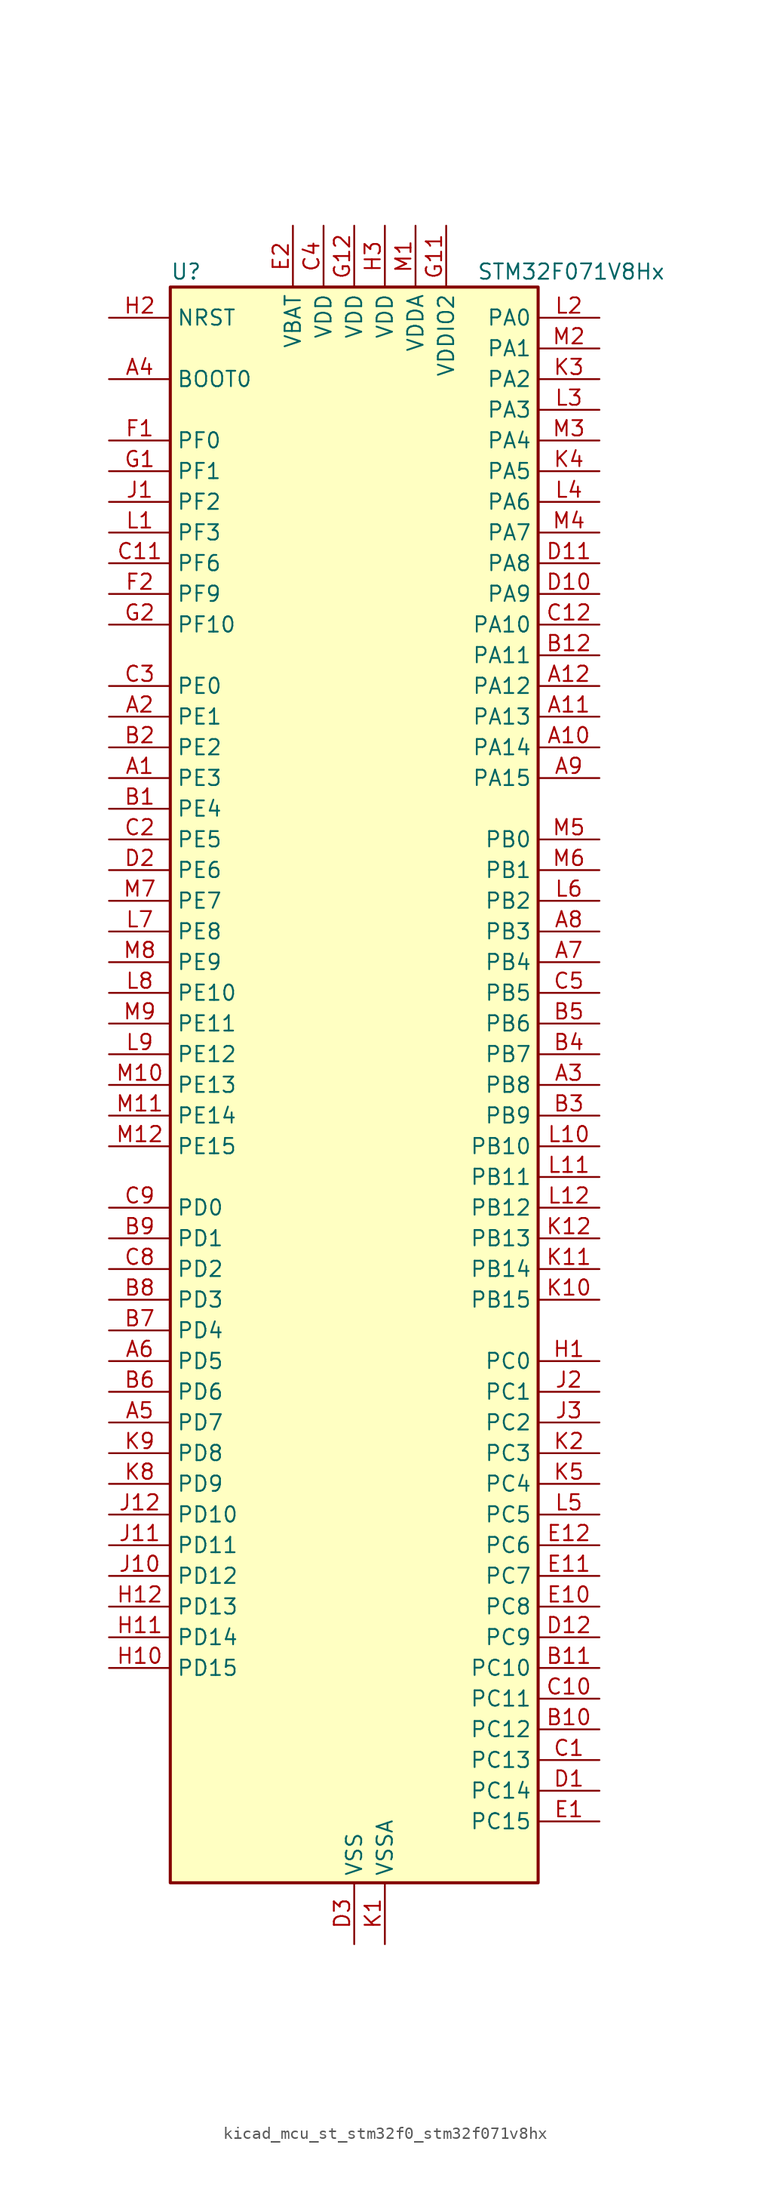
<source format=kicad_sym>
(kicad_symbol_lib
  (version 20220914)
  (generator kicad_symbol_editor)
  (symbol "kicad_mcu_st_stm32f0_stm32f071v8hx"
    (property "Reference" "U"
      (at -15.24 67.31 0)
      (effects (font (size 1.27 1.27)) (justify left)))
    (property "Value" "STM32F071V8Hx"
      (at 10.16 67.31 0)
      (effects (font (size 1.27 1.27)) (justify left)))
    (property "ki_locked" ""
      (at 0 0 0)
      (effects (font (size 1.27 1.27))))
    (symbol "kicad_mcu_st_stm32f0_stm32f071v8hx_0_1"
      (rectangle (start -15.24 -66.04) (end 15.24 66.04) (stroke (width 0.254) (type default)) (fill (type background))))
    (symbol "kicad_mcu_st_stm32f0_stm32f071v8hx_1_1"
      (pin bidirectional line (at -20.32 25.4 0) (length 5.08) (name "PE3" (effects (font (size 1.27 1.27)))) (number "A1" (effects (font (size 1.27 1.27)))) (alternate "TIM3_CH1" bidirectional line) (alternate "TSC_G7_IO2" bidirectional line))
      (pin bidirectional line (at 20.32 27.94 180) (length 5.08) (name "PA14" (effects (font (size 1.27 1.27)))) (number "A10" (effects (font (size 1.27 1.27)))) (alternate "SYS_SWCLK" bidirectional line) (alternate "USART2_TX" bidirectional line))
      (pin bidirectional line (at 20.32 30.48 180) (length 5.08) (name "PA13" (effects (font (size 1.27 1.27)))) (number "A11" (effects (font (size 1.27 1.27)))) (alternate "IR_OUT" bidirectional line) (alternate "SYS_SWDIO" bidirectional line))
      (pin bidirectional line (at 20.32 33.02 180) (length 5.08) (name "PA12" (effects (font (size 1.27 1.27)))) (number "A12" (effects (font (size 1.27 1.27)))) (alternate "COMP2_OUT" bidirectional line) (alternate "TIM1_ETR" bidirectional line) (alternate "TSC_G4_IO4" bidirectional line) (alternate "USART1_DE" bidirectional line) (alternate "USART1_RTS" bidirectional line))
      (pin bidirectional line (at -20.32 30.48 0) (length 5.08) (name "PE1" (effects (font (size 1.27 1.27)))) (number "A2" (effects (font (size 1.27 1.27)))) (alternate "TIM17_CH1" bidirectional line))
      (pin bidirectional line (at 20.32 0 180) (length 5.08) (name "PB8" (effects (font (size 1.27 1.27)))) (number "A3" (effects (font (size 1.27 1.27)))) (alternate "CEC" bidirectional line) (alternate "I2C1_SCL" bidirectional line) (alternate "TIM16_CH1" bidirectional line) (alternate "TSC_SYNC" bidirectional line))
      (pin input line (at -20.32 58.42 0) (length 5.08) (name "BOOT0" (effects (font (size 1.27 1.27)))) (number "A4" (effects (font (size 1.27 1.27)))))
      (pin bidirectional line (at -20.32 -27.94 0) (length 5.08) (name "PD7" (effects (font (size 1.27 1.27)))) (number "A5" (effects (font (size 1.27 1.27)))) (alternate "USART2_CK" bidirectional line))
      (pin bidirectional line (at -20.32 -22.86 0) (length 5.08) (name "PD5" (effects (font (size 1.27 1.27)))) (number "A6" (effects (font (size 1.27 1.27)))) (alternate "USART2_TX" bidirectional line))
      (pin bidirectional line (at 20.32 10.16 180) (length 5.08) (name "PB4" (effects (font (size 1.27 1.27)))) (number "A7" (effects (font (size 1.27 1.27)))) (alternate "I2S1_MCK" bidirectional line) (alternate "SPI1_MISO" bidirectional line) (alternate "TIM17_BKIN" bidirectional line) (alternate "TIM3_CH1" bidirectional line) (alternate "TSC_G5_IO2" bidirectional line))
      (pin bidirectional line (at 20.32 12.7 180) (length 5.08) (name "PB3" (effects (font (size 1.27 1.27)))) (number "A8" (effects (font (size 1.27 1.27)))) (alternate "I2S1_CK" bidirectional line) (alternate "SPI1_SCK" bidirectional line) (alternate "TIM2_CH2" bidirectional line) (alternate "TSC_G5_IO1" bidirectional line))
      (pin bidirectional line (at 20.32 25.4 180) (length 5.08) (name "PA15" (effects (font (size 1.27 1.27)))) (number "A9" (effects (font (size 1.27 1.27)))) (alternate "I2S1_WS" bidirectional line) (alternate "SPI1_NSS" bidirectional line) (alternate "TIM2_CH1" bidirectional line) (alternate "TIM2_ETR" bidirectional line) (alternate "USART2_RX" bidirectional line) (alternate "USART4_DE" bidirectional line) (alternate "USART4_RTS" bidirectional line))
      (pin bidirectional line (at -20.32 22.86 0) (length 5.08) (name "PE4" (effects (font (size 1.27 1.27)))) (number "B1" (effects (font (size 1.27 1.27)))) (alternate "TIM3_CH2" bidirectional line) (alternate "TSC_G7_IO3" bidirectional line))
      (pin bidirectional line (at 20.32 -53.34 180) (length 5.08) (name "PC12" (effects (font (size 1.27 1.27)))) (number "B10" (effects (font (size 1.27 1.27)))) (alternate "USART3_CK" bidirectional line) (alternate "USART4_CK" bidirectional line))
      (pin bidirectional line (at 20.32 -48.26 180) (length 5.08) (name "PC10" (effects (font (size 1.27 1.27)))) (number "B11" (effects (font (size 1.27 1.27)))) (alternate "USART3_TX" bidirectional line) (alternate "USART4_TX" bidirectional line))
      (pin bidirectional line (at 20.32 35.56 180) (length 5.08) (name "PA11" (effects (font (size 1.27 1.27)))) (number "B12" (effects (font (size 1.27 1.27)))) (alternate "COMP1_OUT" bidirectional line) (alternate "TIM1_CH4" bidirectional line) (alternate "TSC_G4_IO3" bidirectional line) (alternate "USART1_CTS" bidirectional line))
      (pin bidirectional line (at -20.32 27.94 0) (length 5.08) (name "PE2" (effects (font (size 1.27 1.27)))) (number "B2" (effects (font (size 1.27 1.27)))) (alternate "TIM3_ETR" bidirectional line) (alternate "TSC_G7_IO1" bidirectional line))
      (pin bidirectional line (at 20.32 -2.54 180) (length 5.08) (name "PB9" (effects (font (size 1.27 1.27)))) (number "B3" (effects (font (size 1.27 1.27)))) (alternate "DAC_EXTI9" bidirectional line) (alternate "I2C1_SDA" bidirectional line) (alternate "I2S2_WS" bidirectional line) (alternate "IR_OUT" bidirectional line) (alternate "SPI2_NSS" bidirectional line) (alternate "TIM17_CH1" bidirectional line))
      (pin bidirectional line (at 20.32 2.54 180) (length 5.08) (name "PB7" (effects (font (size 1.27 1.27)))) (number "B4" (effects (font (size 1.27 1.27)))) (alternate "I2C1_SDA" bidirectional line) (alternate "TIM17_CH1N" bidirectional line) (alternate "TSC_G5_IO4" bidirectional line) (alternate "USART1_RX" bidirectional line) (alternate "USART4_CTS" bidirectional line))
      (pin bidirectional line (at 20.32 5.08 180) (length 5.08) (name "PB6" (effects (font (size 1.27 1.27)))) (number "B5" (effects (font (size 1.27 1.27)))) (alternate "I2C1_SCL" bidirectional line) (alternate "TIM16_CH1N" bidirectional line) (alternate "TSC_G5_IO3" bidirectional line) (alternate "USART1_TX" bidirectional line))
      (pin bidirectional line (at -20.32 -25.4 0) (length 5.08) (name "PD6" (effects (font (size 1.27 1.27)))) (number "B6" (effects (font (size 1.27 1.27)))) (alternate "USART2_RX" bidirectional line))
      (pin bidirectional line (at -20.32 -20.32 0) (length 5.08) (name "PD4" (effects (font (size 1.27 1.27)))) (number "B7" (effects (font (size 1.27 1.27)))) (alternate "I2S2_SD" bidirectional line) (alternate "SPI2_MOSI" bidirectional line) (alternate "USART2_DE" bidirectional line) (alternate "USART2_RTS" bidirectional line))
      (pin bidirectional line (at -20.32 -17.78 0) (length 5.08) (name "PD3" (effects (font (size 1.27 1.27)))) (number "B8" (effects (font (size 1.27 1.27)))) (alternate "I2S2_MCK" bidirectional line) (alternate "SPI2_MISO" bidirectional line) (alternate "USART2_CTS" bidirectional line))
      (pin bidirectional line (at -20.32 -12.7 0) (length 5.08) (name "PD1" (effects (font (size 1.27 1.27)))) (number "B9" (effects (font (size 1.27 1.27)))) (alternate "I2S2_CK" bidirectional line) (alternate "SPI2_SCK" bidirectional line))
      (pin bidirectional line (at 20.32 -55.88 180) (length 5.08) (name "PC13" (effects (font (size 1.27 1.27)))) (number "C1" (effects (font (size 1.27 1.27)))) (alternate "RTC_OUT_ALARM" bidirectional line) (alternate "RTC_OUT_CALIB" bidirectional line) (alternate "RTC_TAMP1" bidirectional line) (alternate "RTC_TS" bidirectional line) (alternate "SYS_WKUP2" bidirectional line))
      (pin bidirectional line (at 20.32 -50.8 180) (length 5.08) (name "PC11" (effects (font (size 1.27 1.27)))) (number "C10" (effects (font (size 1.27 1.27)))) (alternate "USART3_RX" bidirectional line) (alternate "USART4_RX" bidirectional line))
      (pin bidirectional line (at -20.32 43.18 0) (length 5.08) (name "PF6" (effects (font (size 1.27 1.27)))) (number "C11" (effects (font (size 1.27 1.27)))))
      (pin bidirectional line (at 20.32 38.1 180) (length 5.08) (name "PA10" (effects (font (size 1.27 1.27)))) (number "C12" (effects (font (size 1.27 1.27)))) (alternate "TIM17_BKIN" bidirectional line) (alternate "TIM1_CH3" bidirectional line) (alternate "TSC_G4_IO2" bidirectional line) (alternate "USART1_RX" bidirectional line))
      (pin bidirectional line (at -20.32 20.32 0) (length 5.08) (name "PE5" (effects (font (size 1.27 1.27)))) (number "C2" (effects (font (size 1.27 1.27)))) (alternate "TIM3_CH3" bidirectional line) (alternate "TSC_G7_IO4" bidirectional line))
      (pin bidirectional line (at -20.32 33.02 0) (length 5.08) (name "PE0" (effects (font (size 1.27 1.27)))) (number "C3" (effects (font (size 1.27 1.27)))) (alternate "TIM16_CH1" bidirectional line))
      (pin power_in line (at -2.54 71.12 270) (length 5.08) (name "VDD" (effects (font (size 1.27 1.27)))) (number "C4" (effects (font (size 1.27 1.27)))))
      (pin bidirectional line (at 20.32 7.62 180) (length 5.08) (name "PB5" (effects (font (size 1.27 1.27)))) (number "C5" (effects (font (size 1.27 1.27)))) (alternate "I2C1_SMBA" bidirectional line) (alternate "I2S1_SD" bidirectional line) (alternate "SPI1_MOSI" bidirectional line) (alternate "SYS_WKUP6" bidirectional line) (alternate "TIM16_BKIN" bidirectional line) (alternate "TIM3_CH2" bidirectional line))
      (pin bidirectional line (at -20.32 -15.24 0) (length 5.08) (name "PD2" (effects (font (size 1.27 1.27)))) (number "C8" (effects (font (size 1.27 1.27)))) (alternate "TIM3_ETR" bidirectional line) (alternate "USART3_DE" bidirectional line) (alternate "USART3_RTS" bidirectional line))
      (pin bidirectional line (at -20.32 -10.16 0) (length 5.08) (name "PD0" (effects (font (size 1.27 1.27)))) (number "C9" (effects (font (size 1.27 1.27)))) (alternate "I2S2_WS" bidirectional line) (alternate "SPI2_NSS" bidirectional line))
      (pin bidirectional line (at 20.32 -58.42 180) (length 5.08) (name "PC14" (effects (font (size 1.27 1.27)))) (number "D1" (effects (font (size 1.27 1.27)))) (alternate "RCC_OSC32_IN" bidirectional line))
      (pin bidirectional line (at 20.32 40.64 180) (length 5.08) (name "PA9" (effects (font (size 1.27 1.27)))) (number "D10" (effects (font (size 1.27 1.27)))) (alternate "DAC_EXTI9" bidirectional line) (alternate "TIM15_BKIN" bidirectional line) (alternate "TIM1_CH2" bidirectional line) (alternate "TSC_G4_IO1" bidirectional line) (alternate "USART1_TX" bidirectional line))
      (pin bidirectional line (at 20.32 43.18 180) (length 5.08) (name "PA8" (effects (font (size 1.27 1.27)))) (number "D11" (effects (font (size 1.27 1.27)))) (alternate "CRS_SYNC" bidirectional line) (alternate "RCC_MCO" bidirectional line) (alternate "TIM1_CH1" bidirectional line) (alternate "USART1_CK" bidirectional line))
      (pin bidirectional line (at 20.32 -45.72 180) (length 5.08) (name "PC9" (effects (font (size 1.27 1.27)))) (number "D12" (effects (font (size 1.27 1.27)))) (alternate "DAC_EXTI9" bidirectional line) (alternate "TIM3_CH4" bidirectional line))
      (pin bidirectional line (at -20.32 17.78 0) (length 5.08) (name "PE6" (effects (font (size 1.27 1.27)))) (number "D2" (effects (font (size 1.27 1.27)))) (alternate "RTC_TAMP3" bidirectional line) (alternate "SYS_WKUP3" bidirectional line) (alternate "TIM3_CH4" bidirectional line))
      (pin power_in line (at 0 -71.12 90) (length 5.08) (name "VSS" (effects (font (size 1.27 1.27)))) (number "D3" (effects (font (size 1.27 1.27)))))
      (pin bidirectional line (at 20.32 -60.96 180) (length 5.08) (name "PC15" (effects (font (size 1.27 1.27)))) (number "E1" (effects (font (size 1.27 1.27)))) (alternate "RCC_OSC32_OUT" bidirectional line))
      (pin bidirectional line (at 20.32 -43.18 180) (length 5.08) (name "PC8" (effects (font (size 1.27 1.27)))) (number "E10" (effects (font (size 1.27 1.27)))) (alternate "TIM3_CH3" bidirectional line))
      (pin bidirectional line (at 20.32 -40.64 180) (length 5.08) (name "PC7" (effects (font (size 1.27 1.27)))) (number "E11" (effects (font (size 1.27 1.27)))) (alternate "TIM3_CH2" bidirectional line))
      (pin bidirectional line (at 20.32 -38.1 180) (length 5.08) (name "PC6" (effects (font (size 1.27 1.27)))) (number "E12" (effects (font (size 1.27 1.27)))) (alternate "TIM3_CH1" bidirectional line))
      (pin power_in line (at -5.08 71.12 270) (length 5.08) (name "VBAT" (effects (font (size 1.27 1.27)))) (number "E2" (effects (font (size 1.27 1.27)))))
      (pin no_connect line (at -15.24 -66.04 0) (length 5.08) hide (name "NC" (effects (font (size 1.27 1.27)))) (number "E3" (effects (font (size 1.27 1.27)))))
      (pin bidirectional line (at -20.32 53.34 0) (length 5.08) (name "PF0" (effects (font (size 1.27 1.27)))) (number "F1" (effects (font (size 1.27 1.27)))) (alternate "CRS_SYNC" bidirectional line) (alternate "RCC_OSC_IN" bidirectional line))
      (pin passive line (at 0 -71.12 90) (length 5.08) hide (name "VSS" (effects (font (size 1.27 1.27)))) (number "F11" (effects (font (size 1.27 1.27)))))
      (pin passive line (at 0 -71.12 90) (length 5.08) hide (name "VSS" (effects (font (size 1.27 1.27)))) (number "F12" (effects (font (size 1.27 1.27)))))
      (pin bidirectional line (at -20.32 40.64 0) (length 5.08) (name "PF9" (effects (font (size 1.27 1.27)))) (number "F2" (effects (font (size 1.27 1.27)))) (alternate "DAC_EXTI9" bidirectional line) (alternate "TIM15_CH1" bidirectional line))
      (pin bidirectional line (at -20.32 50.8 0) (length 5.08) (name "PF1" (effects (font (size 1.27 1.27)))) (number "G1" (effects (font (size 1.27 1.27)))) (alternate "RCC_OSC_OUT" bidirectional line))
      (pin power_in line (at 7.62 71.12 270) (length 5.08) (name "VDDIO2" (effects (font (size 1.27 1.27)))) (number "G11" (effects (font (size 1.27 1.27)))))
      (pin power_in line (at 0 71.12 270) (length 5.08) (name "VDD" (effects (font (size 1.27 1.27)))) (number "G12" (effects (font (size 1.27 1.27)))))
      (pin bidirectional line (at -20.32 38.1 0) (length 5.08) (name "PF10" (effects (font (size 1.27 1.27)))) (number "G2" (effects (font (size 1.27 1.27)))) (alternate "TIM15_CH2" bidirectional line))
      (pin bidirectional line (at 20.32 -22.86 180) (length 5.08) (name "PC0" (effects (font (size 1.27 1.27)))) (number "H1" (effects (font (size 1.27 1.27)))) (alternate "ADC_IN10" bidirectional line))
      (pin bidirectional line (at -20.32 -48.26 0) (length 5.08) (name "PD15" (effects (font (size 1.27 1.27)))) (number "H10" (effects (font (size 1.27 1.27)))) (alternate "CRS_SYNC" bidirectional line) (alternate "TSC_G8_IO4" bidirectional line))
      (pin bidirectional line (at -20.32 -45.72 0) (length 5.08) (name "PD14" (effects (font (size 1.27 1.27)))) (number "H11" (effects (font (size 1.27 1.27)))) (alternate "TSC_G8_IO3" bidirectional line))
      (pin bidirectional line (at -20.32 -43.18 0) (length 5.08) (name "PD13" (effects (font (size 1.27 1.27)))) (number "H12" (effects (font (size 1.27 1.27)))) (alternate "TSC_G8_IO2" bidirectional line))
      (pin input line (at -20.32 63.5 0) (length 5.08) (name "NRST" (effects (font (size 1.27 1.27)))) (number "H2" (effects (font (size 1.27 1.27)))))
      (pin power_in line (at 2.54 71.12 270) (length 5.08) (name "VDD" (effects (font (size 1.27 1.27)))) (number "H3" (effects (font (size 1.27 1.27)))))
      (pin bidirectional line (at -20.32 48.26 0) (length 5.08) (name "PF2" (effects (font (size 1.27 1.27)))) (number "J1" (effects (font (size 1.27 1.27)))) (alternate "SYS_WKUP8" bidirectional line))
      (pin bidirectional line (at -20.32 -40.64 0) (length 5.08) (name "PD12" (effects (font (size 1.27 1.27)))) (number "J10" (effects (font (size 1.27 1.27)))) (alternate "TSC_G8_IO1" bidirectional line) (alternate "USART3_DE" bidirectional line) (alternate "USART3_RTS" bidirectional line))
      (pin bidirectional line (at -20.32 -38.1 0) (length 5.08) (name "PD11" (effects (font (size 1.27 1.27)))) (number "J11" (effects (font (size 1.27 1.27)))) (alternate "USART3_CTS" bidirectional line))
      (pin bidirectional line (at -20.32 -35.56 0) (length 5.08) (name "PD10" (effects (font (size 1.27 1.27)))) (number "J12" (effects (font (size 1.27 1.27)))) (alternate "USART3_CK" bidirectional line))
      (pin bidirectional line (at 20.32 -25.4 180) (length 5.08) (name "PC1" (effects (font (size 1.27 1.27)))) (number "J2" (effects (font (size 1.27 1.27)))) (alternate "ADC_IN11" bidirectional line))
      (pin bidirectional line (at 20.32 -27.94 180) (length 5.08) (name "PC2" (effects (font (size 1.27 1.27)))) (number "J3" (effects (font (size 1.27 1.27)))) (alternate "ADC_IN12" bidirectional line) (alternate "I2S2_MCK" bidirectional line) (alternate "SPI2_MISO" bidirectional line))
      (pin power_in line (at 2.54 -71.12 90) (length 5.08) (name "VSSA" (effects (font (size 1.27 1.27)))) (number "K1" (effects (font (size 1.27 1.27)))))
      (pin bidirectional line (at 20.32 -17.78 180) (length 5.08) (name "PB15" (effects (font (size 1.27 1.27)))) (number "K10" (effects (font (size 1.27 1.27)))) (alternate "I2S2_SD" bidirectional line) (alternate "RTC_REFIN" bidirectional line) (alternate "SPI2_MOSI" bidirectional line) (alternate "SYS_WKUP7" bidirectional line) (alternate "TIM15_CH1N" bidirectional line) (alternate "TIM15_CH2" bidirectional line) (alternate "TIM1_CH3N" bidirectional line))
      (pin bidirectional line (at 20.32 -15.24 180) (length 5.08) (name "PB14" (effects (font (size 1.27 1.27)))) (number "K11" (effects (font (size 1.27 1.27)))) (alternate "I2C2_SDA" bidirectional line) (alternate "I2S2_MCK" bidirectional line) (alternate "SPI2_MISO" bidirectional line) (alternate "TIM15_CH1" bidirectional line) (alternate "TIM1_CH2N" bidirectional line) (alternate "TSC_G6_IO4" bidirectional line) (alternate "USART3_DE" bidirectional line) (alternate "USART3_RTS" bidirectional line))
      (pin bidirectional line (at 20.32 -12.7 180) (length 5.08) (name "PB13" (effects (font (size 1.27 1.27)))) (number "K12" (effects (font (size 1.27 1.27)))) (alternate "I2C2_SCL" bidirectional line) (alternate "I2S2_CK" bidirectional line) (alternate "SPI2_SCK" bidirectional line) (alternate "TIM1_CH1N" bidirectional line) (alternate "TSC_G6_IO3" bidirectional line) (alternate "USART3_CTS" bidirectional line))
      (pin bidirectional line (at 20.32 -30.48 180) (length 5.08) (name "PC3" (effects (font (size 1.27 1.27)))) (number "K2" (effects (font (size 1.27 1.27)))) (alternate "ADC_IN13" bidirectional line) (alternate "I2S2_SD" bidirectional line) (alternate "SPI2_MOSI" bidirectional line))
      (pin bidirectional line (at 20.32 58.42 180) (length 5.08) (name "PA2" (effects (font (size 1.27 1.27)))) (number "K3" (effects (font (size 1.27 1.27)))) (alternate "ADC_IN2" bidirectional line) (alternate "COMP2_INM" bidirectional line) (alternate "COMP2_OUT" bidirectional line) (alternate "SYS_WKUP4" bidirectional line) (alternate "TIM15_CH1" bidirectional line) (alternate "TIM2_CH3" bidirectional line) (alternate "TSC_G1_IO3" bidirectional line) (alternate "USART2_TX" bidirectional line))
      (pin bidirectional line (at 20.32 50.8 180) (length 5.08) (name "PA5" (effects (font (size 1.27 1.27)))) (number "K4" (effects (font (size 1.27 1.27)))) (alternate "ADC_IN5" bidirectional line) (alternate "CEC" bidirectional line) (alternate "COMP1_INM" bidirectional line) (alternate "COMP2_INM" bidirectional line) (alternate "DAC_OUT2" bidirectional line) (alternate "I2S1_CK" bidirectional line) (alternate "SPI1_SCK" bidirectional line) (alternate "TIM2_CH1" bidirectional line) (alternate "TIM2_ETR" bidirectional line) (alternate "TSC_G2_IO2" bidirectional line))
      (pin bidirectional line (at 20.32 -33.02 180) (length 5.08) (name "PC4" (effects (font (size 1.27 1.27)))) (number "K5" (effects (font (size 1.27 1.27)))) (alternate "ADC_IN14" bidirectional line) (alternate "USART3_TX" bidirectional line))
      (pin bidirectional line (at -20.32 -33.02 0) (length 5.08) (name "PD9" (effects (font (size 1.27 1.27)))) (number "K8" (effects (font (size 1.27 1.27)))) (alternate "DAC_EXTI9" bidirectional line) (alternate "USART3_RX" bidirectional line))
      (pin bidirectional line (at -20.32 -30.48 0) (length 5.08) (name "PD8" (effects (font (size 1.27 1.27)))) (number "K9" (effects (font (size 1.27 1.27)))) (alternate "USART3_TX" bidirectional line))
      (pin bidirectional line (at -20.32 45.72 0) (length 5.08) (name "PF3" (effects (font (size 1.27 1.27)))) (number "L1" (effects (font (size 1.27 1.27)))))
      (pin bidirectional line (at 20.32 -5.08 180) (length 5.08) (name "PB10" (effects (font (size 1.27 1.27)))) (number "L10" (effects (font (size 1.27 1.27)))) (alternate "CEC" bidirectional line) (alternate "I2C2_SCL" bidirectional line) (alternate "I2S2_CK" bidirectional line) (alternate "SPI2_SCK" bidirectional line) (alternate "TIM2_CH3" bidirectional line) (alternate "TSC_SYNC" bidirectional line) (alternate "USART3_TX" bidirectional line))
      (pin bidirectional line (at 20.32 -7.62 180) (length 5.08) (name "PB11" (effects (font (size 1.27 1.27)))) (number "L11" (effects (font (size 1.27 1.27)))) (alternate "I2C2_SDA" bidirectional line) (alternate "TIM2_CH4" bidirectional line) (alternate "TSC_G6_IO1" bidirectional line) (alternate "USART3_RX" bidirectional line))
      (pin bidirectional line (at 20.32 -10.16 180) (length 5.08) (name "PB12" (effects (font (size 1.27 1.27)))) (number "L12" (effects (font (size 1.27 1.27)))) (alternate "I2S2_WS" bidirectional line) (alternate "SPI2_NSS" bidirectional line) (alternate "TIM15_BKIN" bidirectional line) (alternate "TIM1_BKIN" bidirectional line) (alternate "TSC_G6_IO2" bidirectional line) (alternate "USART3_CK" bidirectional line))
      (pin bidirectional line (at 20.32 63.5 180) (length 5.08) (name "PA0" (effects (font (size 1.27 1.27)))) (number "L2" (effects (font (size 1.27 1.27)))) (alternate "ADC_IN0" bidirectional line) (alternate "COMP1_INM" bidirectional line) (alternate "COMP1_OUT" bidirectional line) (alternate "RTC_TAMP2" bidirectional line) (alternate "SYS_WKUP1" bidirectional line) (alternate "TIM2_CH1" bidirectional line) (alternate "TIM2_ETR" bidirectional line) (alternate "TSC_G1_IO1" bidirectional line) (alternate "USART2_CTS" bidirectional line) (alternate "USART4_TX" bidirectional line))
      (pin bidirectional line (at 20.32 55.88 180) (length 5.08) (name "PA3" (effects (font (size 1.27 1.27)))) (number "L3" (effects (font (size 1.27 1.27)))) (alternate "ADC_IN3" bidirectional line) (alternate "COMP2_INP" bidirectional line) (alternate "TIM15_CH2" bidirectional line) (alternate "TIM2_CH4" bidirectional line) (alternate "TSC_G1_IO4" bidirectional line) (alternate "USART2_RX" bidirectional line))
      (pin bidirectional line (at 20.32 48.26 180) (length 5.08) (name "PA6" (effects (font (size 1.27 1.27)))) (number "L4" (effects (font (size 1.27 1.27)))) (alternate "ADC_IN6" bidirectional line) (alternate "COMP1_OUT" bidirectional line) (alternate "I2S1_MCK" bidirectional line) (alternate "SPI1_MISO" bidirectional line) (alternate "TIM16_CH1" bidirectional line) (alternate "TIM1_BKIN" bidirectional line) (alternate "TIM3_CH1" bidirectional line) (alternate "TSC_G2_IO3" bidirectional line) (alternate "USART3_CTS" bidirectional line))
      (pin bidirectional line (at 20.32 -35.56 180) (length 5.08) (name "PC5" (effects (font (size 1.27 1.27)))) (number "L5" (effects (font (size 1.27 1.27)))) (alternate "ADC_IN15" bidirectional line) (alternate "SYS_WKUP5" bidirectional line) (alternate "TSC_G3_IO1" bidirectional line) (alternate "USART3_RX" bidirectional line))
      (pin bidirectional line (at 20.32 15.24 180) (length 5.08) (name "PB2" (effects (font (size 1.27 1.27)))) (number "L6" (effects (font (size 1.27 1.27)))) (alternate "TSC_G3_IO4" bidirectional line))
      (pin bidirectional line (at -20.32 12.7 0) (length 5.08) (name "PE8" (effects (font (size 1.27 1.27)))) (number "L7" (effects (font (size 1.27 1.27)))) (alternate "TIM1_CH1N" bidirectional line))
      (pin bidirectional line (at -20.32 7.62 0) (length 5.08) (name "PE10" (effects (font (size 1.27 1.27)))) (number "L8" (effects (font (size 1.27 1.27)))) (alternate "TIM1_CH2N" bidirectional line))
      (pin bidirectional line (at -20.32 2.54 0) (length 5.08) (name "PE12" (effects (font (size 1.27 1.27)))) (number "L9" (effects (font (size 1.27 1.27)))) (alternate "I2S1_WS" bidirectional line) (alternate "SPI1_NSS" bidirectional line) (alternate "TIM1_CH3N" bidirectional line))
      (pin power_in line (at 5.08 71.12 270) (length 5.08) (name "VDDA" (effects (font (size 1.27 1.27)))) (number "M1" (effects (font (size 1.27 1.27)))))
      (pin bidirectional line (at -20.32 0 0) (length 5.08) (name "PE13" (effects (font (size 1.27 1.27)))) (number "M10" (effects (font (size 1.27 1.27)))) (alternate "I2S1_CK" bidirectional line) (alternate "SPI1_SCK" bidirectional line) (alternate "TIM1_CH3" bidirectional line))
      (pin bidirectional line (at -20.32 -2.54 0) (length 5.08) (name "PE14" (effects (font (size 1.27 1.27)))) (number "M11" (effects (font (size 1.27 1.27)))) (alternate "I2S1_MCK" bidirectional line) (alternate "SPI1_MISO" bidirectional line) (alternate "TIM1_CH4" bidirectional line))
      (pin bidirectional line (at -20.32 -5.08 0) (length 5.08) (name "PE15" (effects (font (size 1.27 1.27)))) (number "M12" (effects (font (size 1.27 1.27)))) (alternate "I2S1_SD" bidirectional line) (alternate "SPI1_MOSI" bidirectional line) (alternate "TIM1_BKIN" bidirectional line))
      (pin bidirectional line (at 20.32 60.96 180) (length 5.08) (name "PA1" (effects (font (size 1.27 1.27)))) (number "M2" (effects (font (size 1.27 1.27)))) (alternate "ADC_IN1" bidirectional line) (alternate "COMP1_INP" bidirectional line) (alternate "TIM15_CH1N" bidirectional line) (alternate "TIM2_CH2" bidirectional line) (alternate "TSC_G1_IO2" bidirectional line) (alternate "USART2_DE" bidirectional line) (alternate "USART2_RTS" bidirectional line) (alternate "USART4_RX" bidirectional line))
      (pin bidirectional line (at 20.32 53.34 180) (length 5.08) (name "PA4" (effects (font (size 1.27 1.27)))) (number "M3" (effects (font (size 1.27 1.27)))) (alternate "ADC_IN4" bidirectional line) (alternate "COMP1_INM" bidirectional line) (alternate "COMP2_INM" bidirectional line) (alternate "DAC_OUT1" bidirectional line) (alternate "I2S1_WS" bidirectional line) (alternate "SPI1_NSS" bidirectional line) (alternate "TIM14_CH1" bidirectional line) (alternate "TSC_G2_IO1" bidirectional line) (alternate "USART2_CK" bidirectional line))
      (pin bidirectional line (at 20.32 45.72 180) (length 5.08) (name "PA7" (effects (font (size 1.27 1.27)))) (number "M4" (effects (font (size 1.27 1.27)))) (alternate "ADC_IN7" bidirectional line) (alternate "COMP2_OUT" bidirectional line) (alternate "I2S1_SD" bidirectional line) (alternate "SPI1_MOSI" bidirectional line) (alternate "TIM14_CH1" bidirectional line) (alternate "TIM17_CH1" bidirectional line) (alternate "TIM1_CH1N" bidirectional line) (alternate "TIM3_CH2" bidirectional line) (alternate "TSC_G2_IO4" bidirectional line))
      (pin bidirectional line (at 20.32 20.32 180) (length 5.08) (name "PB0" (effects (font (size 1.27 1.27)))) (number "M5" (effects (font (size 1.27 1.27)))) (alternate "ADC_IN8" bidirectional line) (alternate "TIM1_CH2N" bidirectional line) (alternate "TIM3_CH3" bidirectional line) (alternate "TSC_G3_IO2" bidirectional line) (alternate "USART3_CK" bidirectional line))
      (pin bidirectional line (at 20.32 17.78 180) (length 5.08) (name "PB1" (effects (font (size 1.27 1.27)))) (number "M6" (effects (font (size 1.27 1.27)))) (alternate "ADC_IN9" bidirectional line) (alternate "TIM14_CH1" bidirectional line) (alternate "TIM1_CH3N" bidirectional line) (alternate "TIM3_CH4" bidirectional line) (alternate "TSC_G3_IO3" bidirectional line) (alternate "USART3_DE" bidirectional line) (alternate "USART3_RTS" bidirectional line))
      (pin bidirectional line (at -20.32 15.24 0) (length 5.08) (name "PE7" (effects (font (size 1.27 1.27)))) (number "M7" (effects (font (size 1.27 1.27)))) (alternate "TIM1_ETR" bidirectional line))
      (pin bidirectional line (at -20.32 10.16 0) (length 5.08) (name "PE9" (effects (font (size 1.27 1.27)))) (number "M8" (effects (font (size 1.27 1.27)))) (alternate "DAC_EXTI9" bidirectional line) (alternate "TIM1_CH1" bidirectional line))
      (pin bidirectional line (at -20.32 5.08 0) (length 5.08) (name "PE11" (effects (font (size 1.27 1.27)))) (number "M9" (effects (font (size 1.27 1.27)))) (alternate "TIM1_CH2" bidirectional line)))))
</source>
